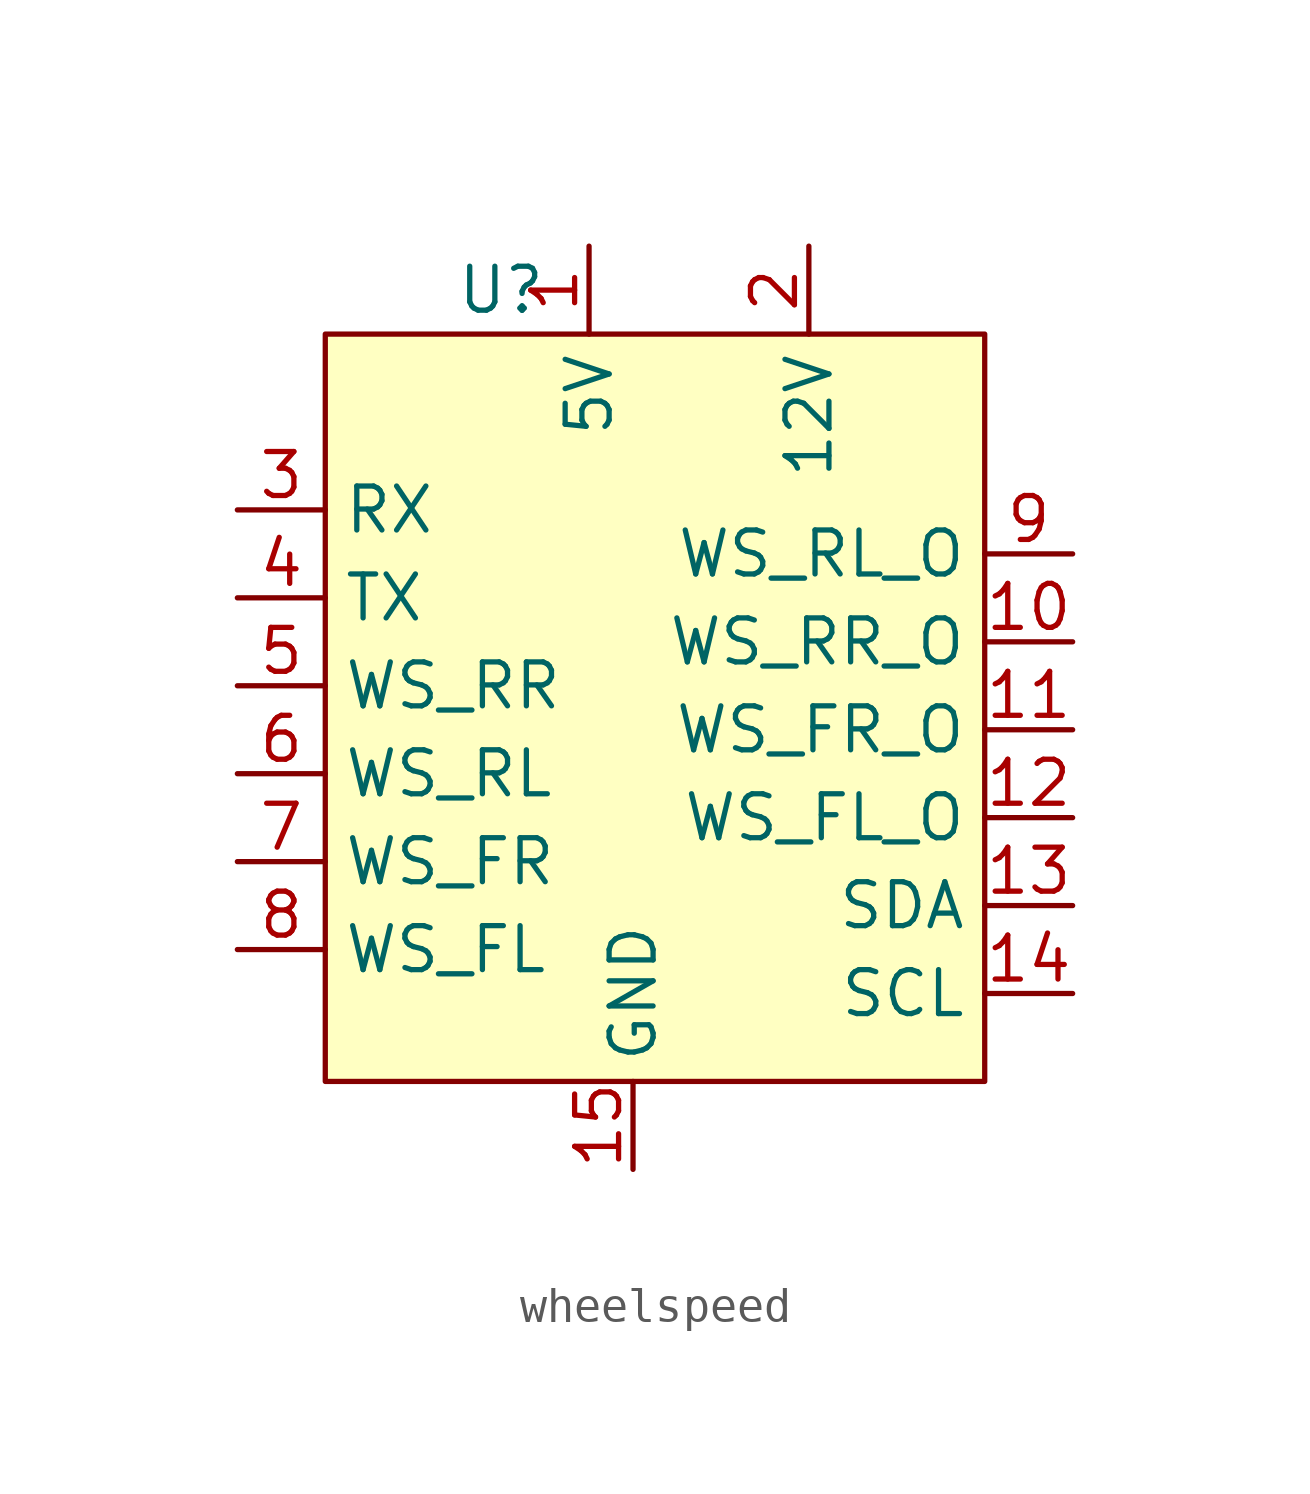
<source format=kicad_sym>
(kicad_symbol_lib
  (version 20241209)
  (generator "kicad_symbol_editor")
  (generator_version "9.0")
  (symbol "wheelspeed"
    (property "Reference" "U"
      (at 0 0 0)
      (effects (font (size 1.27 1.27))))
    (property "Value" ""
      (at 0 0 0)
      (effects (font (size 1.27 1.27))))
    (symbol "wheelspeed_1_1"
      (rectangle (start -5.08 -1.27) (end 13.97 -22.86) (stroke (width 0) (type solid)) (fill (type color) (color 255 255 194 1)))
      (pin input line (at -7.62 -6.35 0) (length 2.54) (name "RX" (effects (font (size 1.27 1.27)))) (number "3" (effects (font (size 1.27 1.27)))))
      (pin input line (at -7.62 -8.89 0) (length 2.54) (name "TX" (effects (font (size 1.27 1.27)))) (number "4" (effects (font (size 1.27 1.27)))))
      (pin input line (at -7.62 -11.43 0) (length 2.54) (name "WS_RR" (effects (font (size 1.27 1.27)))) (number "5" (effects (font (size 1.27 1.27)))))
      (pin input line (at -7.62 -13.97 0) (length 2.54) (name "WS_RL" (effects (font (size 1.27 1.27)))) (number "6" (effects (font (size 1.27 1.27)))))
      (pin input line (at -7.62 -16.51 0) (length 2.54) (name "WS_FR" (effects (font (size 1.27 1.27)))) (number "7" (effects (font (size 1.27 1.27)))))
      (pin input line (at -7.62 -19.05 0) (length 2.54) (name "WS_FL" (effects (font (size 1.27 1.27)))) (number "8" (effects (font (size 1.27 1.27)))))
      (pin input line (at 2.54 1.27 270) (length 2.54) (name "5V" (effects (font (size 1.27 1.27)))) (number "1" (effects (font (size 1.27 1.27)))))
      (pin input line (at 3.81 -25.4 90) (length 2.54) (name "GND" (effects (font (size 1.27 1.27)))) (number "15" (effects (font (size 1.27 1.27)))))
      (pin input line (at 8.89 1.27 270) (length 2.54) (name "12V" (effects (font (size 1.27 1.27)))) (number "2" (effects (font (size 1.27 1.27)))))
      (pin input line (at 16.51 -7.62 180) (length 2.54) (name "WS_RL_O" (effects (font (size 1.27 1.27)))) (number "9" (effects (font (size 1.27 1.27)))))
      (pin input line (at 16.51 -10.16 180) (length 2.54) (name "WS_RR_O" (effects (font (size 1.27 1.27)))) (number "10" (effects (font (size 1.27 1.27)))))
      (pin input line (at 16.51 -12.7 180) (length 2.54) (name "WS_FR_O" (effects (font (size 1.27 1.27)))) (number "11" (effects (font (size 1.27 1.27)))))
      (pin input line (at 16.51 -15.24 180) (length 2.54) (name "WS_FL_O" (effects (font (size 1.27 1.27)))) (number "12" (effects (font (size 1.27 1.27)))))
      (pin input line (at 16.51 -17.78 180) (length 2.54) (name "SDA" (effects (font (size 1.27 1.27)))) (number "13" (effects (font (size 1.27 1.27)))))
      (pin input line (at 16.51 -20.32 180) (length 2.54) (name "SCL" (effects (font (size 1.27 1.27)))) (number "14" (effects (font (size 1.27 1.27))))))))
</source>
